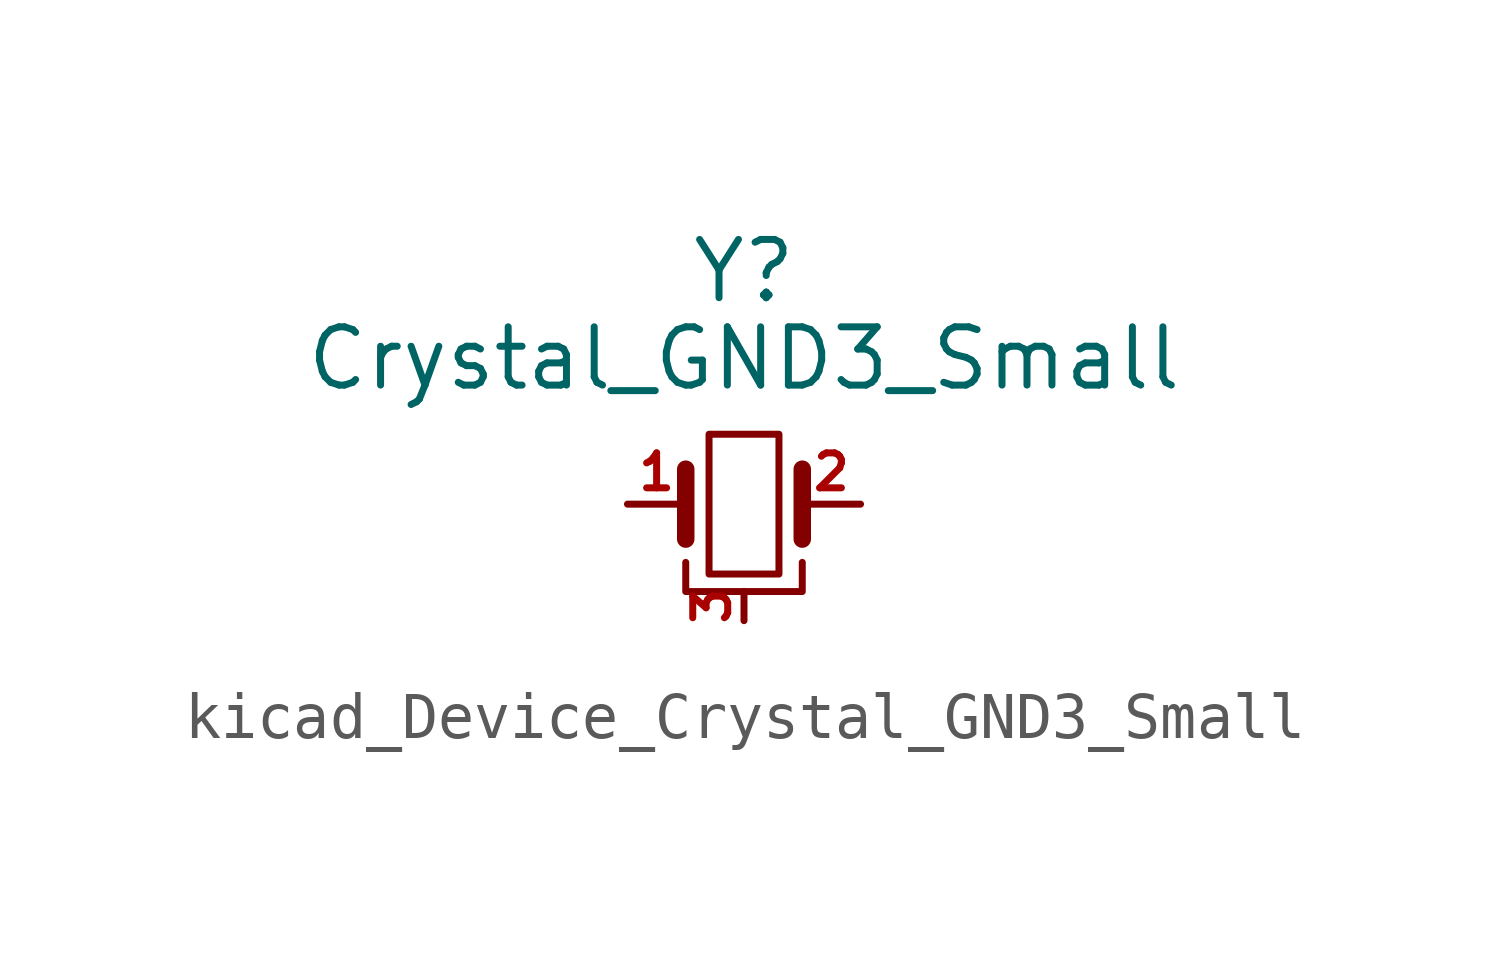
<source format=kicad_sym>
(kicad_symbol_lib
  (version 20220914)
  (generator kicad_symbol_editor)
  (symbol "kicad_Device_Crystal_GND3_Small"
    (pin_names
      (offset 1.016) hide)
    (property "Reference" "Y"
      (at 0 5.08 0)
      (effects (font (size 1.27 1.27))))
    (property "Value" "Crystal_GND3_Small"
      (at 0 3.175 0)
      (effects (font (size 1.27 1.27))))
    (symbol "kicad_Device_Crystal_GND3_Small_0_1"
      (rectangle (start -0.762 -1.524) (end 0.762 1.524) (stroke (width 0) (type default)) (fill (type none)))
      (polyline (pts (xy -1.27 -0.762) (xy -1.27 0.762)) (stroke (width 0.381) (type default)) (fill (type none)))
      (polyline (pts (xy 1.27 -0.762) (xy 1.27 0.762)) (stroke (width 0.381) (type default)) (fill (type none)))
      (polyline (pts (xy -1.27 -1.27) (xy -1.27 -1.905) (xy 1.27 -1.905) (xy 1.27 -1.27)) (stroke (width 0) (type default)) (fill (type none))))
    (symbol "kicad_Device_Crystal_GND3_Small_1_1"
      (pin passive line (at -2.54 0 0) (length 1.27) (name "1" (effects (font (size 1.27 1.27)))) (number "1" (effects (font (size 0.762 0.762)))))
      (pin passive line (at 2.54 0 180) (length 1.27) (name "2" (effects (font (size 1.27 1.27)))) (number "2" (effects (font (size 0.762 0.762)))))
      (pin passive line (at 0 -2.54 90) (length 0.635) (name "3" (effects (font (size 1.27 1.27)))) (number "3" (effects (font (size 0.762 0.762))))))))
</source>
